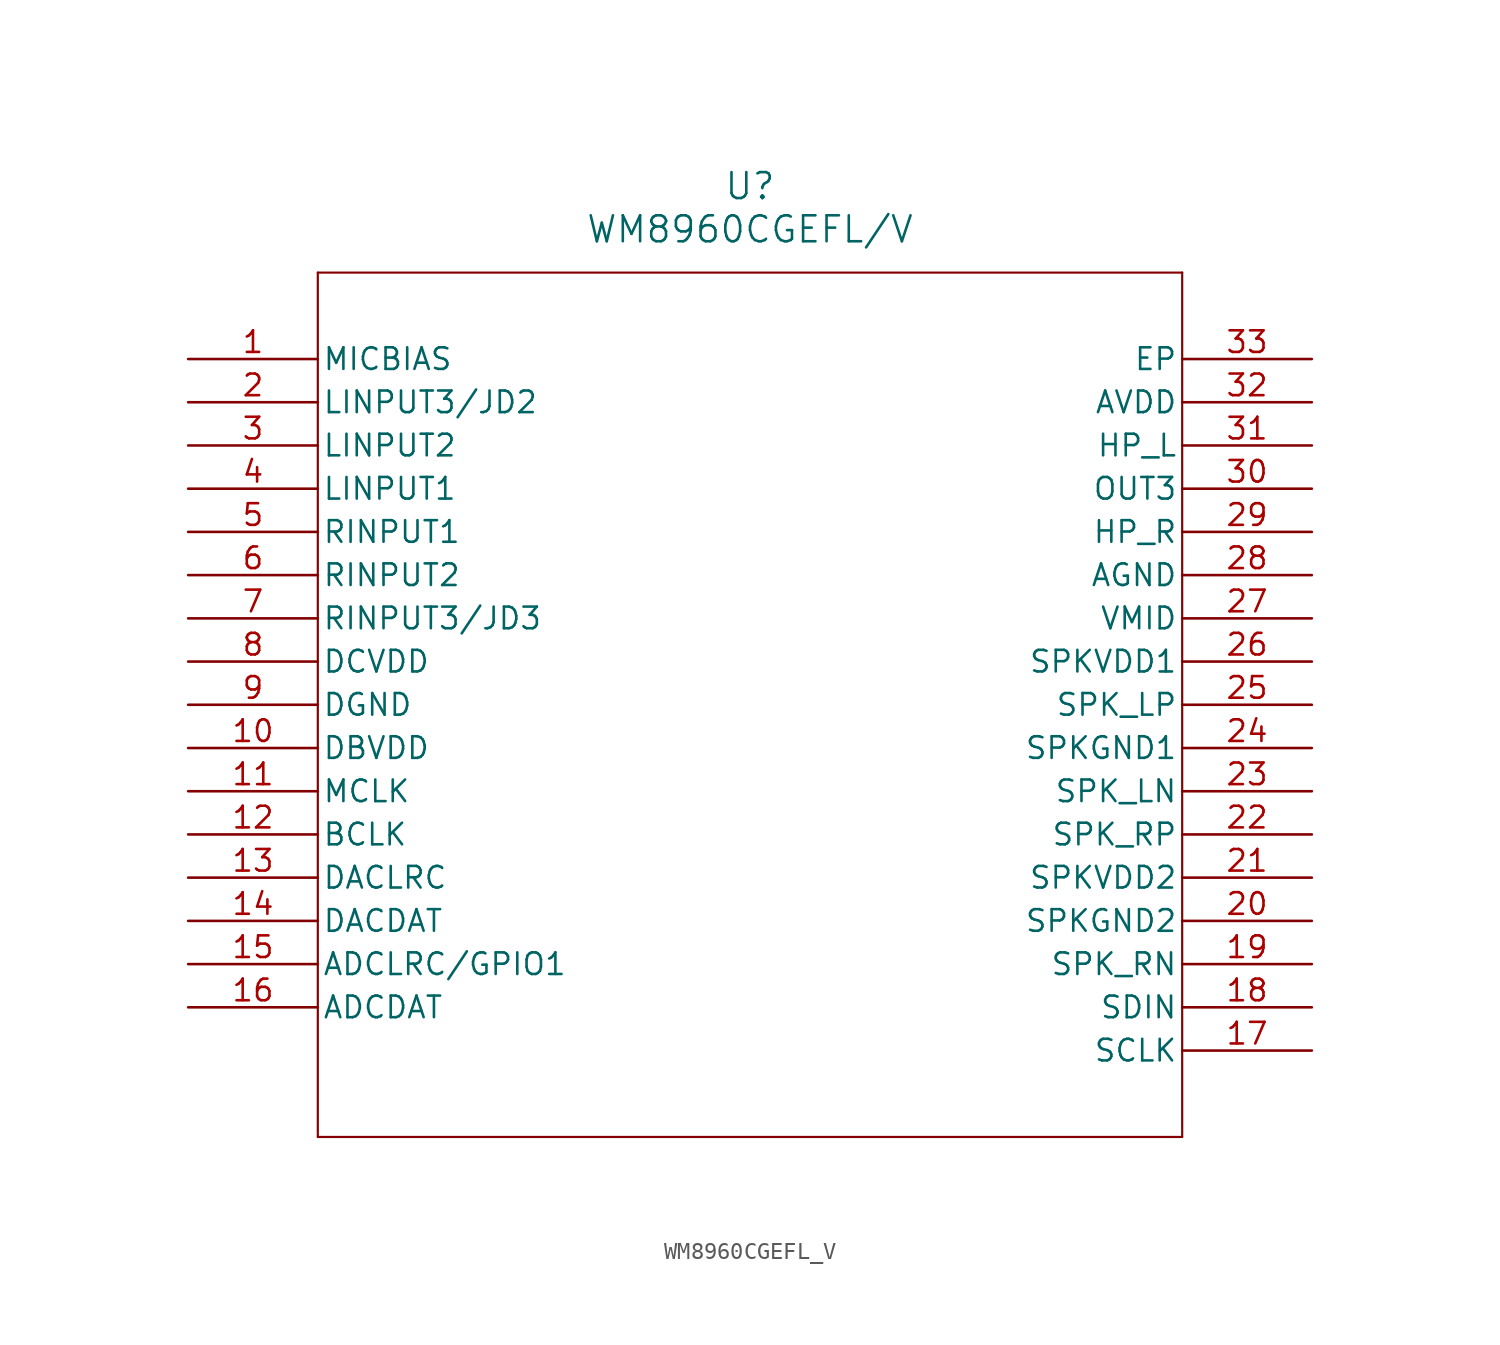
<source format=kicad_sym>
(kicad_symbol_lib
  (version 20211014)
  (generator kicad_symbol_editor)
  (symbol "WM8960CGEFL_V"
    (pin_names
      (offset 0.254))
    (property "Reference" "U"
      (at 33.02 10.16 0)
      (effects (font (size 1.524 1.524))))
    (property "Value" "WM8960CGEFL/V"
      (at 33.02 7.62 0)
      (effects (font (size 1.524 1.524))))
    (symbol "WM8960CGEFL_V_0_1"
      (polyline (pts (xy 7.62 5.08) (xy 7.62 -45.72)) (stroke (width 0.127) (type default) (color 0 0 0 0)) (fill (type none)))
      (polyline (pts (xy 7.62 -45.72) (xy 58.42 -45.72)) (stroke (width 0.127) (type default) (color 0 0 0 0)) (fill (type none)))
      (polyline (pts (xy 58.42 -45.72) (xy 58.42 5.08)) (stroke (width 0.127) (type default) (color 0 0 0 0)) (fill (type none)))
      (polyline (pts (xy 58.42 5.08) (xy 7.62 5.08)) (stroke (width 0.127) (type default) (color 0 0 0 0)) (fill (type none)))
      (pin unspecified line (at 0 0 0) (length 7.62) (name "MICBIAS" (effects (font (size 1.27 1.27)))) (number "1" (effects (font (size 1.27 1.27)))))
      (pin unspecified line (at 0 -2.54 0) (length 7.62) (name "LINPUT3/JD2" (effects (font (size 1.27 1.27)))) (number "2" (effects (font (size 1.27 1.27)))))
      (pin unspecified line (at 0 -5.08 0) (length 7.62) (name "LINPUT2" (effects (font (size 1.27 1.27)))) (number "3" (effects (font (size 1.27 1.27)))))
      (pin unspecified line (at 0 -7.62 0) (length 7.62) (name "LINPUT1" (effects (font (size 1.27 1.27)))) (number "4" (effects (font (size 1.27 1.27)))))
      (pin unspecified line (at 0 -10.16 0) (length 7.62) (name "RINPUT1" (effects (font (size 1.27 1.27)))) (number "5" (effects (font (size 1.27 1.27)))))
      (pin unspecified line (at 0 -12.7 0) (length 7.62) (name "RINPUT2" (effects (font (size 1.27 1.27)))) (number "6" (effects (font (size 1.27 1.27)))))
      (pin unspecified line (at 0 -15.24 0) (length 7.62) (name "RINPUT3/JD3" (effects (font (size 1.27 1.27)))) (number "7" (effects (font (size 1.27 1.27)))))
      (pin unspecified line (at 0 -17.78 0) (length 7.62) (name "DCVDD" (effects (font (size 1.27 1.27)))) (number "8" (effects (font (size 1.27 1.27)))))
      (pin unspecified line (at 0 -20.32 0) (length 7.62) (name "DGND" (effects (font (size 1.27 1.27)))) (number "9" (effects (font (size 1.27 1.27)))))
      (pin unspecified line (at 0 -22.86 0) (length 7.62) (name "DBVDD" (effects (font (size 1.27 1.27)))) (number "10" (effects (font (size 1.27 1.27)))))
      (pin unspecified line (at 0 -25.4 0) (length 7.62) (name "MCLK" (effects (font (size 1.27 1.27)))) (number "11" (effects (font (size 1.27 1.27)))))
      (pin unspecified line (at 0 -27.94 0) (length 7.62) (name "BCLK" (effects (font (size 1.27 1.27)))) (number "12" (effects (font (size 1.27 1.27)))))
      (pin unspecified line (at 0 -30.48 0) (length 7.62) (name "DACLRC" (effects (font (size 1.27 1.27)))) (number "13" (effects (font (size 1.27 1.27)))))
      (pin unspecified line (at 0 -33.02 0) (length 7.62) (name "DACDAT" (effects (font (size 1.27 1.27)))) (number "14" (effects (font (size 1.27 1.27)))))
      (pin unspecified line (at 0 -35.56 0) (length 7.62) (name "ADCLRC/GPIO1" (effects (font (size 1.27 1.27)))) (number "15" (effects (font (size 1.27 1.27)))))
      (pin unspecified line (at 0 -38.1 0) (length 7.62) (name "ADCDAT" (effects (font (size 1.27 1.27)))) (number "16" (effects (font (size 1.27 1.27)))))
      (pin unspecified line (at 66.04 -40.64 180) (length 7.62) (name "SCLK" (effects (font (size 1.27 1.27)))) (number "17" (effects (font (size 1.27 1.27)))))
      (pin unspecified line (at 66.04 -38.1 180) (length 7.62) (name "SDIN" (effects (font (size 1.27 1.27)))) (number "18" (effects (font (size 1.27 1.27)))))
      (pin unspecified line (at 66.04 -35.56 180) (length 7.62) (name "SPK_RN" (effects (font (size 1.27 1.27)))) (number "19" (effects (font (size 1.27 1.27)))))
      (pin unspecified line (at 66.04 -33.02 180) (length 7.62) (name "SPKGND2" (effects (font (size 1.27 1.27)))) (number "20" (effects (font (size 1.27 1.27)))))
      (pin unspecified line (at 66.04 -30.48 180) (length 7.62) (name "SPKVDD2" (effects (font (size 1.27 1.27)))) (number "21" (effects (font (size 1.27 1.27)))))
      (pin unspecified line (at 66.04 -27.94 180) (length 7.62) (name "SPK_RP" (effects (font (size 1.27 1.27)))) (number "22" (effects (font (size 1.27 1.27)))))
      (pin unspecified line (at 66.04 -25.4 180) (length 7.62) (name "SPK_LN" (effects (font (size 1.27 1.27)))) (number "23" (effects (font (size 1.27 1.27)))))
      (pin unspecified line (at 66.04 -22.86 180) (length 7.62) (name "SPKGND1" (effects (font (size 1.27 1.27)))) (number "24" (effects (font (size 1.27 1.27)))))
      (pin unspecified line (at 66.04 -20.32 180) (length 7.62) (name "SPK_LP" (effects (font (size 1.27 1.27)))) (number "25" (effects (font (size 1.27 1.27)))))
      (pin unspecified line (at 66.04 -17.78 180) (length 7.62) (name "SPKVDD1" (effects (font (size 1.27 1.27)))) (number "26" (effects (font (size 1.27 1.27)))))
      (pin unspecified line (at 66.04 -15.24 180) (length 7.62) (name "VMID" (effects (font (size 1.27 1.27)))) (number "27" (effects (font (size 1.27 1.27)))))
      (pin unspecified line (at 66.04 -12.7 180) (length 7.62) (name "AGND" (effects (font (size 1.27 1.27)))) (number "28" (effects (font (size 1.27 1.27)))))
      (pin unspecified line (at 66.04 -10.16 180) (length 7.62) (name "HP_R" (effects (font (size 1.27 1.27)))) (number "29" (effects (font (size 1.27 1.27)))))
      (pin unspecified line (at 66.04 -7.62 180) (length 7.62) (name "OUT3" (effects (font (size 1.27 1.27)))) (number "30" (effects (font (size 1.27 1.27)))))
      (pin unspecified line (at 66.04 -5.08 180) (length 7.62) (name "HP_L" (effects (font (size 1.27 1.27)))) (number "31" (effects (font (size 1.27 1.27)))))
      (pin unspecified line (at 66.04 -2.54 180) (length 7.62) (name "AVDD" (effects (font (size 1.27 1.27)))) (number "32" (effects (font (size 1.27 1.27)))))
      (pin unspecified line (at 66.04 0 180) (length 7.62) (name "EP" (effects (font (size 1.27 1.27)))) (number "33" (effects (font (size 1.27 1.27))))))))
</source>
